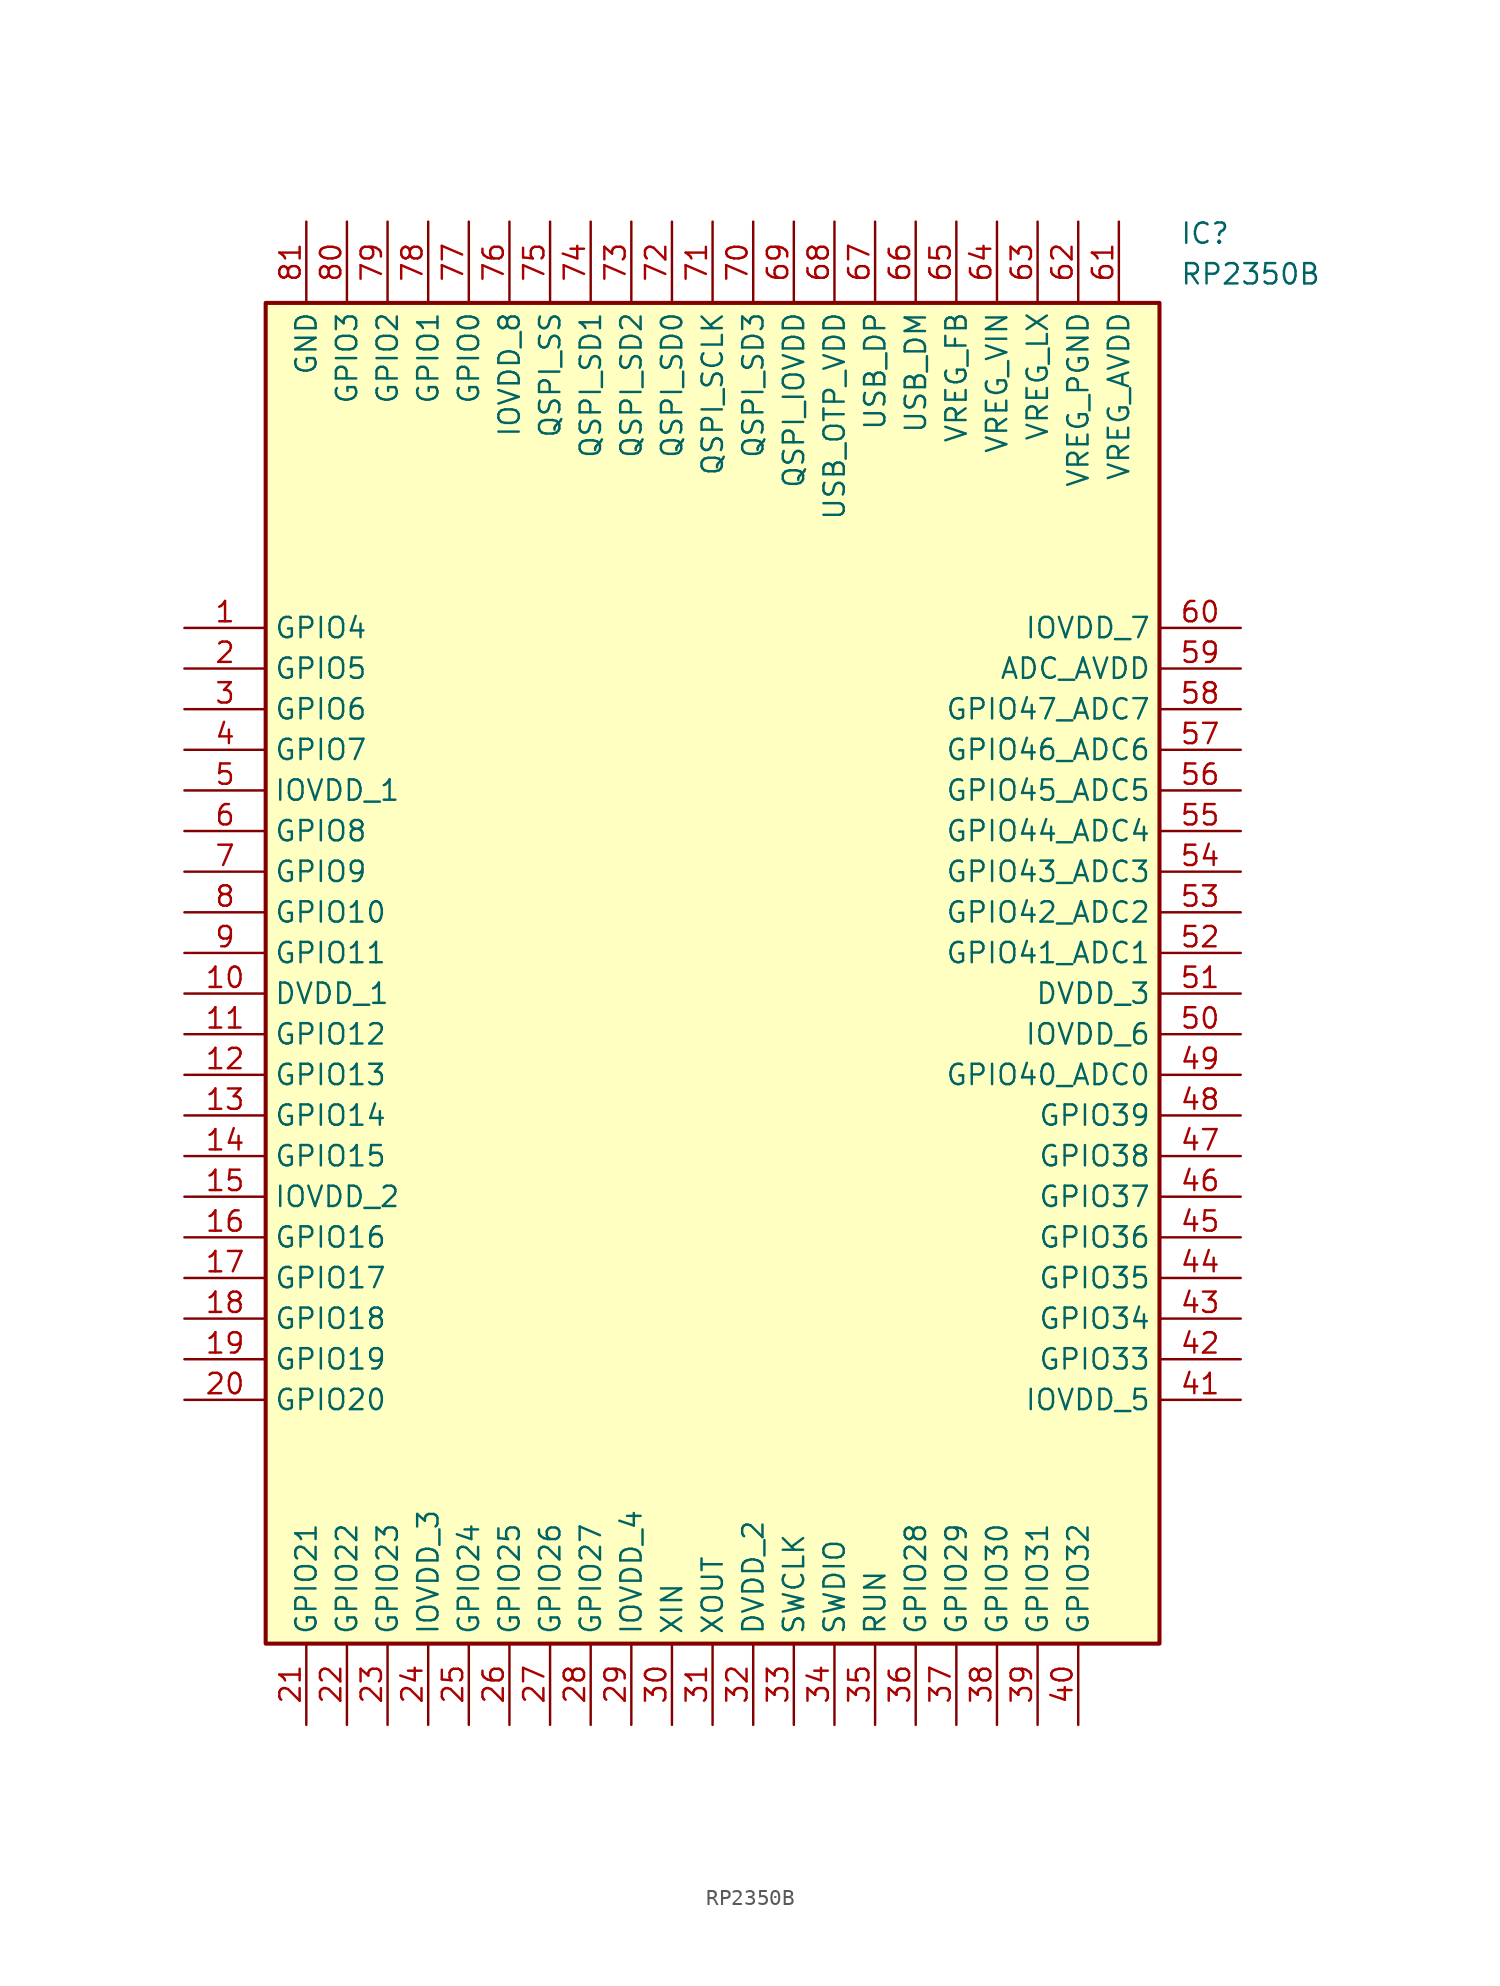
<source format=kicad_sym>
(kicad_symbol_lib
  (version 20211014)
  (generator SamacSys_ECAD_Model)
  (symbol "RP2350B"
    (property "Reference" "IC"
      (at 62.23 25.4 0)
      (effects (font (size 1.27 1.27)) (justify left top)))
    (property "Value" "RP2350B"
      (at 62.23 22.86 0)
      (effects (font (size 1.27 1.27)) (justify left top)))
    (rectangle
      (start 5.08 20.32)
      (end 60.96 -63.5)
      (stroke (width 0.254) (type default))
      (fill (type background)))
    (pin passive line
      (at 0 0 0)
      (length 5.08)
      (name "GPIO4" (effects (font (size 1.27 1.27))))
      (number "1" (effects (font (size 1.27 1.27)))))
    (pin passive line
      (at 0 -2.54 0)
      (length 5.08)
      (name "GPIO5" (effects (font (size 1.27 1.27))))
      (number "2" (effects (font (size 1.27 1.27)))))
    (pin passive line
      (at 0 -5.08 0)
      (length 5.08)
      (name "GPIO6" (effects (font (size 1.27 1.27))))
      (number "3" (effects (font (size 1.27 1.27)))))
    (pin passive line
      (at 0 -7.62 0)
      (length 5.08)
      (name "GPIO7" (effects (font (size 1.27 1.27))))
      (number "4" (effects (font (size 1.27 1.27)))))
    (pin passive line
      (at 0 -10.16 0)
      (length 5.08)
      (name "IOVDD_1" (effects (font (size 1.27 1.27))))
      (number "5" (effects (font (size 1.27 1.27)))))
    (pin passive line
      (at 0 -12.7 0)
      (length 5.08)
      (name "GPIO8" (effects (font (size 1.27 1.27))))
      (number "6" (effects (font (size 1.27 1.27)))))
    (pin passive line
      (at 0 -15.24 0)
      (length 5.08)
      (name "GPIO9" (effects (font (size 1.27 1.27))))
      (number "7" (effects (font (size 1.27 1.27)))))
    (pin passive line
      (at 0 -17.78 0)
      (length 5.08)
      (name "GPIO10" (effects (font (size 1.27 1.27))))
      (number "8" (effects (font (size 1.27 1.27)))))
    (pin passive line
      (at 0 -20.32 0)
      (length 5.08)
      (name "GPIO11" (effects (font (size 1.27 1.27))))
      (number "9" (effects (font (size 1.27 1.27)))))
    (pin passive line
      (at 0 -22.86 0)
      (length 5.08)
      (name "DVDD_1" (effects (font (size 1.27 1.27))))
      (number "10" (effects (font (size 1.27 1.27)))))
    (pin passive line
      (at 0 -25.4 0)
      (length 5.08)
      (name "GPIO12" (effects (font (size 1.27 1.27))))
      (number "11" (effects (font (size 1.27 1.27)))))
    (pin passive line
      (at 0 -27.94 0)
      (length 5.08)
      (name "GPIO13" (effects (font (size 1.27 1.27))))
      (number "12" (effects (font (size 1.27 1.27)))))
    (pin passive line
      (at 0 -30.48 0)
      (length 5.08)
      (name "GPIO14" (effects (font (size 1.27 1.27))))
      (number "13" (effects (font (size 1.27 1.27)))))
    (pin passive line
      (at 0 -33.02 0)
      (length 5.08)
      (name "GPIO15" (effects (font (size 1.27 1.27))))
      (number "14" (effects (font (size 1.27 1.27)))))
    (pin passive line
      (at 0 -35.56 0)
      (length 5.08)
      (name "IOVDD_2" (effects (font (size 1.27 1.27))))
      (number "15" (effects (font (size 1.27 1.27)))))
    (pin passive line
      (at 0 -38.1 0)
      (length 5.08)
      (name "GPIO16" (effects (font (size 1.27 1.27))))
      (number "16" (effects (font (size 1.27 1.27)))))
    (pin passive line
      (at 0 -40.64 0)
      (length 5.08)
      (name "GPIO17" (effects (font (size 1.27 1.27))))
      (number "17" (effects (font (size 1.27 1.27)))))
    (pin passive line
      (at 0 -43.18 0)
      (length 5.08)
      (name "GPIO18" (effects (font (size 1.27 1.27))))
      (number "18" (effects (font (size 1.27 1.27)))))
    (pin passive line
      (at 0 -45.72 0)
      (length 5.08)
      (name "GPIO19" (effects (font (size 1.27 1.27))))
      (number "19" (effects (font (size 1.27 1.27)))))
    (pin passive line
      (at 0 -48.26 0)
      (length 5.08)
      (name "GPIO20" (effects (font (size 1.27 1.27))))
      (number "20" (effects (font (size 1.27 1.27)))))
    (pin passive line
      (at 7.62 -68.58 90)
      (length 5.08)
      (name "GPIO21" (effects (font (size 1.27 1.27))))
      (number "21" (effects (font (size 1.27 1.27)))))
    (pin passive line
      (at 10.16 -68.58 90)
      (length 5.08)
      (name "GPIO22" (effects (font (size 1.27 1.27))))
      (number "22" (effects (font (size 1.27 1.27)))))
    (pin passive line
      (at 12.7 -68.58 90)
      (length 5.08)
      (name "GPIO23" (effects (font (size 1.27 1.27))))
      (number "23" (effects (font (size 1.27 1.27)))))
    (pin passive line
      (at 15.24 -68.58 90)
      (length 5.08)
      (name "IOVDD_3" (effects (font (size 1.27 1.27))))
      (number "24" (effects (font (size 1.27 1.27)))))
    (pin passive line
      (at 17.78 -68.58 90)
      (length 5.08)
      (name "GPIO24" (effects (font (size 1.27 1.27))))
      (number "25" (effects (font (size 1.27 1.27)))))
    (pin passive line
      (at 20.32 -68.58 90)
      (length 5.08)
      (name "GPIO25" (effects (font (size 1.27 1.27))))
      (number "26" (effects (font (size 1.27 1.27)))))
    (pin passive line
      (at 22.86 -68.58 90)
      (length 5.08)
      (name "GPIO26" (effects (font (size 1.27 1.27))))
      (number "27" (effects (font (size 1.27 1.27)))))
    (pin passive line
      (at 25.4 -68.58 90)
      (length 5.08)
      (name "GPIO27" (effects (font (size 1.27 1.27))))
      (number "28" (effects (font (size 1.27 1.27)))))
    (pin passive line
      (at 27.94 -68.58 90)
      (length 5.08)
      (name "IOVDD_4" (effects (font (size 1.27 1.27))))
      (number "29" (effects (font (size 1.27 1.27)))))
    (pin passive line
      (at 30.48 -68.58 90)
      (length 5.08)
      (name "XIN" (effects (font (size 1.27 1.27))))
      (number "30" (effects (font (size 1.27 1.27)))))
    (pin passive line
      (at 33.02 -68.58 90)
      (length 5.08)
      (name "XOUT" (effects (font (size 1.27 1.27))))
      (number "31" (effects (font (size 1.27 1.27)))))
    (pin passive line
      (at 35.56 -68.58 90)
      (length 5.08)
      (name "DVDD_2" (effects (font (size 1.27 1.27))))
      (number "32" (effects (font (size 1.27 1.27)))))
    (pin passive line
      (at 38.1 -68.58 90)
      (length 5.08)
      (name "SWCLK" (effects (font (size 1.27 1.27))))
      (number "33" (effects (font (size 1.27 1.27)))))
    (pin passive line
      (at 40.64 -68.58 90)
      (length 5.08)
      (name "SWDIO" (effects (font (size 1.27 1.27))))
      (number "34" (effects (font (size 1.27 1.27)))))
    (pin passive line
      (at 43.18 -68.58 90)
      (length 5.08)
      (name "RUN" (effects (font (size 1.27 1.27))))
      (number "35" (effects (font (size 1.27 1.27)))))
    (pin passive line
      (at 45.72 -68.58 90)
      (length 5.08)
      (name "GPIO28" (effects (font (size 1.27 1.27))))
      (number "36" (effects (font (size 1.27 1.27)))))
    (pin passive line
      (at 48.26 -68.58 90)
      (length 5.08)
      (name "GPIO29" (effects (font (size 1.27 1.27))))
      (number "37" (effects (font (size 1.27 1.27)))))
    (pin passive line
      (at 50.8 -68.58 90)
      (length 5.08)
      (name "GPIO30" (effects (font (size 1.27 1.27))))
      (number "38" (effects (font (size 1.27 1.27)))))
    (pin passive line
      (at 53.34 -68.58 90)
      (length 5.08)
      (name "GPIO31" (effects (font (size 1.27 1.27))))
      (number "39" (effects (font (size 1.27 1.27)))))
    (pin passive line
      (at 55.88 -68.58 90)
      (length 5.08)
      (name "GPIO32" (effects (font (size 1.27 1.27))))
      (number "40" (effects (font (size 1.27 1.27)))))
    (pin passive line
      (at 66.04 0 180)
      (length 5.08)
      (name "IOVDD_7" (effects (font (size 1.27 1.27))))
      (number "60" (effects (font (size 1.27 1.27)))))
    (pin passive line
      (at 66.04 -2.54 180)
      (length 5.08)
      (name "ADC_AVDD" (effects (font (size 1.27 1.27))))
      (number "59" (effects (font (size 1.27 1.27)))))
    (pin passive line
      (at 66.04 -5.08 180)
      (length 5.08)
      (name "GPIO47_ADC7" (effects (font (size 1.27 1.27))))
      (number "58" (effects (font (size 1.27 1.27)))))
    (pin passive line
      (at 66.04 -7.62 180)
      (length 5.08)
      (name "GPIO46_ADC6" (effects (font (size 1.27 1.27))))
      (number "57" (effects (font (size 1.27 1.27)))))
    (pin passive line
      (at 66.04 -10.16 180)
      (length 5.08)
      (name "GPIO45_ADC5" (effects (font (size 1.27 1.27))))
      (number "56" (effects (font (size 1.27 1.27)))))
    (pin passive line
      (at 66.04 -12.7 180)
      (length 5.08)
      (name "GPIO44_ADC4" (effects (font (size 1.27 1.27))))
      (number "55" (effects (font (size 1.27 1.27)))))
    (pin passive line
      (at 66.04 -15.24 180)
      (length 5.08)
      (name "GPIO43_ADC3" (effects (font (size 1.27 1.27))))
      (number "54" (effects (font (size 1.27 1.27)))))
    (pin passive line
      (at 66.04 -17.78 180)
      (length 5.08)
      (name "GPIO42_ADC2" (effects (font (size 1.27 1.27))))
      (number "53" (effects (font (size 1.27 1.27)))))
    (pin passive line
      (at 66.04 -20.32 180)
      (length 5.08)
      (name "GPIO41_ADC1" (effects (font (size 1.27 1.27))))
      (number "52" (effects (font (size 1.27 1.27)))))
    (pin passive line
      (at 66.04 -22.86 180)
      (length 5.08)
      (name "DVDD_3" (effects (font (size 1.27 1.27))))
      (number "51" (effects (font (size 1.27 1.27)))))
    (pin passive line
      (at 66.04 -25.4 180)
      (length 5.08)
      (name "IOVDD_6" (effects (font (size 1.27 1.27))))
      (number "50" (effects (font (size 1.27 1.27)))))
    (pin passive line
      (at 66.04 -27.94 180)
      (length 5.08)
      (name "GPIO40_ADC0" (effects (font (size 1.27 1.27))))
      (number "49" (effects (font (size 1.27 1.27)))))
    (pin passive line
      (at 66.04 -30.48 180)
      (length 5.08)
      (name "GPIO39" (effects (font (size 1.27 1.27))))
      (number "48" (effects (font (size 1.27 1.27)))))
    (pin passive line
      (at 66.04 -33.02 180)
      (length 5.08)
      (name "GPIO38" (effects (font (size 1.27 1.27))))
      (number "47" (effects (font (size 1.27 1.27)))))
    (pin passive line
      (at 66.04 -35.56 180)
      (length 5.08)
      (name "GPIO37" (effects (font (size 1.27 1.27))))
      (number "46" (effects (font (size 1.27 1.27)))))
    (pin passive line
      (at 66.04 -38.1 180)
      (length 5.08)
      (name "GPIO36" (effects (font (size 1.27 1.27))))
      (number "45" (effects (font (size 1.27 1.27)))))
    (pin passive line
      (at 66.04 -40.64 180)
      (length 5.08)
      (name "GPIO35" (effects (font (size 1.27 1.27))))
      (number "44" (effects (font (size 1.27 1.27)))))
    (pin passive line
      (at 66.04 -43.18 180)
      (length 5.08)
      (name "GPIO34" (effects (font (size 1.27 1.27))))
      (number "43" (effects (font (size 1.27 1.27)))))
    (pin passive line
      (at 66.04 -45.72 180)
      (length 5.08)
      (name "GPIO33" (effects (font (size 1.27 1.27))))
      (number "42" (effects (font (size 1.27 1.27)))))
    (pin passive line
      (at 66.04 -48.26 180)
      (length 5.08)
      (name "IOVDD_5" (effects (font (size 1.27 1.27))))
      (number "41" (effects (font (size 1.27 1.27)))))
    (pin passive line
      (at 7.62 25.4 270)
      (length 5.08)
      (name "GND" (effects (font (size 1.27 1.27))))
      (number "81" (effects (font (size 1.27 1.27)))))
    (pin passive line
      (at 10.16 25.4 270)
      (length 5.08)
      (name "GPIO3" (effects (font (size 1.27 1.27))))
      (number "80" (effects (font (size 1.27 1.27)))))
    (pin passive line
      (at 12.7 25.4 270)
      (length 5.08)
      (name "GPIO2" (effects (font (size 1.27 1.27))))
      (number "79" (effects (font (size 1.27 1.27)))))
    (pin passive line
      (at 15.24 25.4 270)
      (length 5.08)
      (name "GPIO1" (effects (font (size 1.27 1.27))))
      (number "78" (effects (font (size 1.27 1.27)))))
    (pin passive line
      (at 17.78 25.4 270)
      (length 5.08)
      (name "GPIO0" (effects (font (size 1.27 1.27))))
      (number "77" (effects (font (size 1.27 1.27)))))
    (pin passive line
      (at 20.32 25.4 270)
      (length 5.08)
      (name "IOVDD_8" (effects (font (size 1.27 1.27))))
      (number "76" (effects (font (size 1.27 1.27)))))
    (pin passive line
      (at 22.86 25.4 270)
      (length 5.08)
      (name "QSPI_SS" (effects (font (size 1.27 1.27))))
      (number "75" (effects (font (size 1.27 1.27)))))
    (pin passive line
      (at 25.4 25.4 270)
      (length 5.08)
      (name "QSPI_SD1" (effects (font (size 1.27 1.27))))
      (number "74" (effects (font (size 1.27 1.27)))))
    (pin passive line
      (at 27.94 25.4 270)
      (length 5.08)
      (name "QSPI_SD2" (effects (font (size 1.27 1.27))))
      (number "73" (effects (font (size 1.27 1.27)))))
    (pin passive line
      (at 30.48 25.4 270)
      (length 5.08)
      (name "QSPI_SD0" (effects (font (size 1.27 1.27))))
      (number "72" (effects (font (size 1.27 1.27)))))
    (pin passive line
      (at 33.02 25.4 270)
      (length 5.08)
      (name "QSPI_SCLK" (effects (font (size 1.27 1.27))))
      (number "71" (effects (font (size 1.27 1.27)))))
    (pin passive line
      (at 35.56 25.4 270)
      (length 5.08)
      (name "QSPI_SD3" (effects (font (size 1.27 1.27))))
      (number "70" (effects (font (size 1.27 1.27)))))
    (pin passive line
      (at 38.1 25.4 270)
      (length 5.08)
      (name "QSPI_IOVDD" (effects (font (size 1.27 1.27))))
      (number "69" (effects (font (size 1.27 1.27)))))
    (pin passive line
      (at 40.64 25.4 270)
      (length 5.08)
      (name "USB_OTP_VDD" (effects (font (size 1.27 1.27))))
      (number "68" (effects (font (size 1.27 1.27)))))
    (pin passive line
      (at 43.18 25.4 270)
      (length 5.08)
      (name "USB_DP" (effects (font (size 1.27 1.27))))
      (number "67" (effects (font (size 1.27 1.27)))))
    (pin passive line
      (at 45.72 25.4 270)
      (length 5.08)
      (name "USB_DM" (effects (font (size 1.27 1.27))))
      (number "66" (effects (font (size 1.27 1.27)))))
    (pin passive line
      (at 48.26 25.4 270)
      (length 5.08)
      (name "VREG_FB" (effects (font (size 1.27 1.27))))
      (number "65" (effects (font (size 1.27 1.27)))))
    (pin passive line
      (at 50.8 25.4 270)
      (length 5.08)
      (name "VREG_VIN" (effects (font (size 1.27 1.27))))
      (number "64" (effects (font (size 1.27 1.27)))))
    (pin passive line
      (at 53.34 25.4 270)
      (length 5.08)
      (name "VREG_LX" (effects (font (size 1.27 1.27))))
      (number "63" (effects (font (size 1.27 1.27)))))
    (pin passive line
      (at 55.88 25.4 270)
      (length 5.08)
      (name "VREG_PGND" (effects (font (size 1.27 1.27))))
      (number "62" (effects (font (size 1.27 1.27)))))
    (pin passive line
      (at 58.42 25.4 270)
      (length 5.08)
      (name "VREG_AVDD" (effects (font (size 1.27 1.27))))
      (number "61" (effects (font (size 1.27 1.27)))))))
</source>
